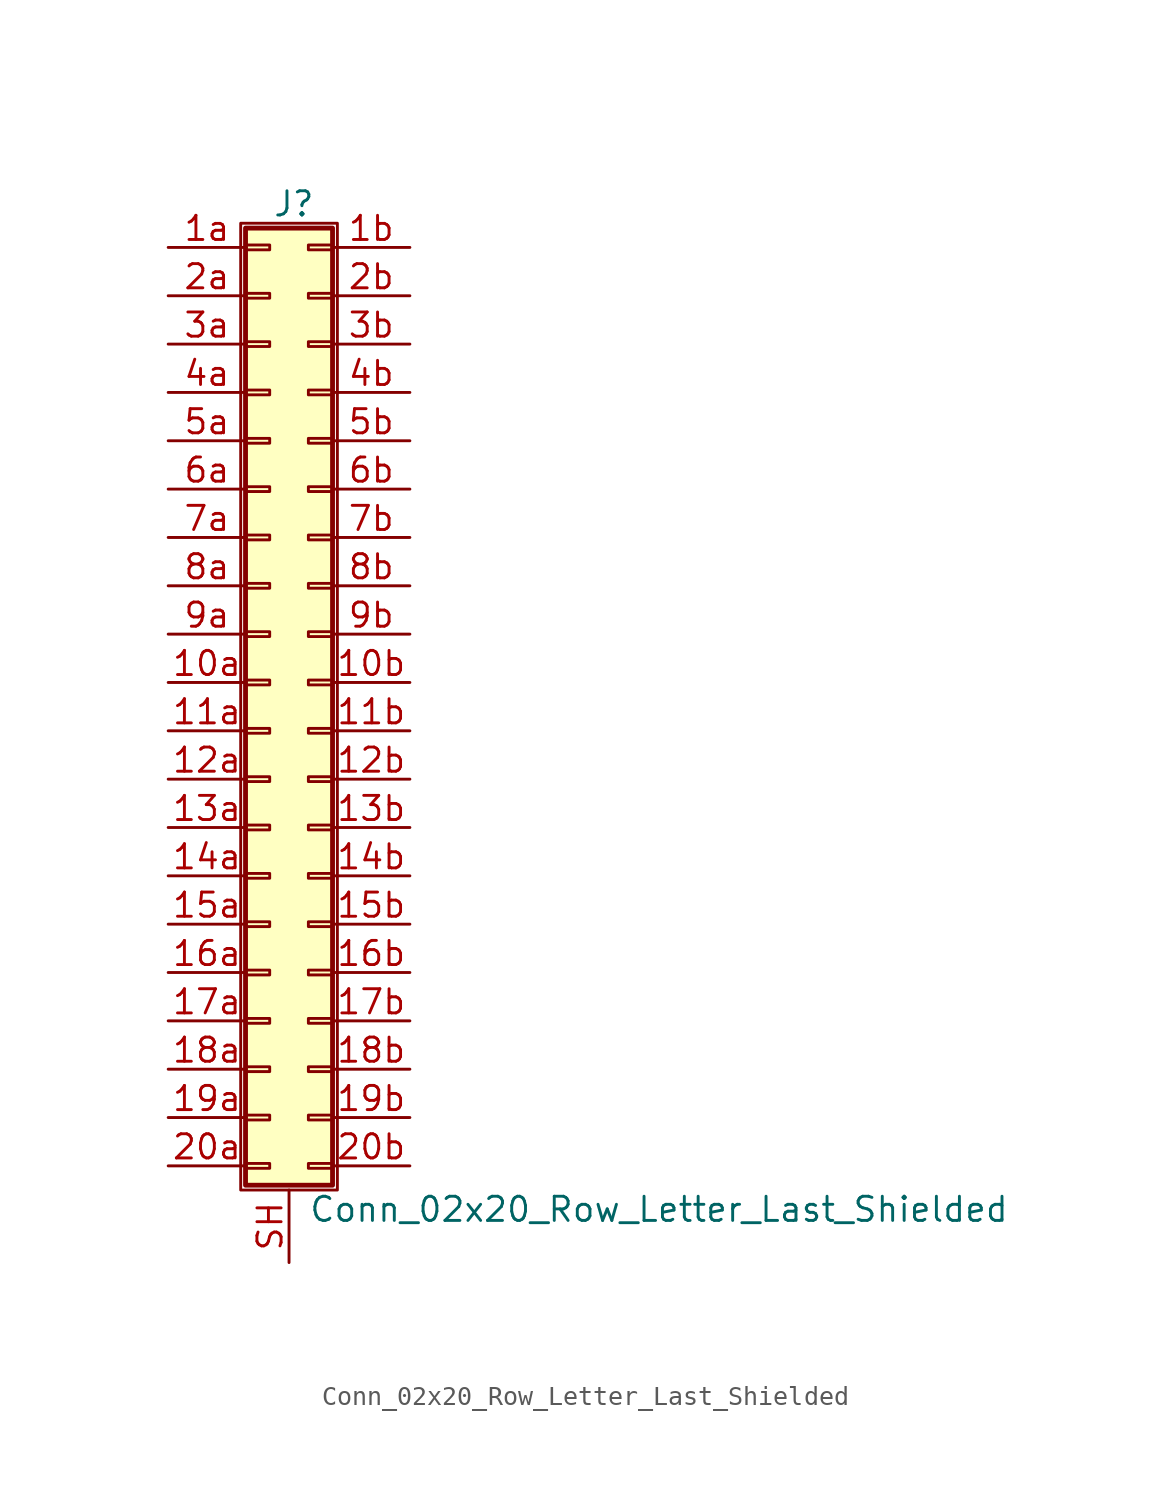
<source format=kicad_sym>
(kicad_symbol_lib
  (version 20201005)
  (generator kicad_symbol_editor)
  (symbol "Conn_02x20_Row_Letter_Last_Shielded"
    (pin_names
      (offset 1.016) hide)
    (property "Reference" "J"
      (at 1.524 25.146 0)
      (effects (font (size 1.27 1.27))))
    (property "Value" "Conn_02x20_Row_Letter_Last_Shielded"
      (at 2.286 -27.686 0)
      (effects (font (size 1.27 1.27)) (justify left)))
    (symbol "Conn_02x20_Row_Letter_Last_Shielded_1_1"
      (rectangle (start -1.27 24.13) (end 3.81 -26.67) (stroke (width 0.152)) (fill (type none)))
      (rectangle (start -1.016 -25.273) (end 0.254 -25.527) (stroke (width 0.152)) (fill (type none)))
      (rectangle (start -1.016 -22.733) (end 0.254 -22.987) (stroke (width 0.152)) (fill (type none)))
      (rectangle (start -1.016 -20.193) (end 0.254 -20.447) (stroke (width 0.152)) (fill (type none)))
      (rectangle (start -1.016 -17.653) (end 0.254 -17.907) (stroke (width 0.152)) (fill (type none)))
      (rectangle (start -1.016 -15.113) (end 0.254 -15.367) (stroke (width 0.152)) (fill (type none)))
      (rectangle (start -1.016 -12.573) (end 0.254 -12.827) (stroke (width 0.152)) (fill (type none)))
      (rectangle (start -1.016 -10.033) (end 0.254 -10.287) (stroke (width 0.152)) (fill (type none)))
      (rectangle (start -1.016 -7.493) (end 0.254 -7.747) (stroke (width 0.152)) (fill (type none)))
      (rectangle (start -1.016 -4.953) (end 0.254 -5.207) (stroke (width 0.152)) (fill (type none)))
      (rectangle (start -1.016 -2.413) (end 0.254 -2.667) (stroke (width 0.152)) (fill (type none)))
      (rectangle (start -1.016 0.127) (end 0.254 -0.127) (stroke (width 0.152)) (fill (type none)))
      (rectangle (start -1.016 2.667) (end 0.254 2.413) (stroke (width 0.152)) (fill (type none)))
      (rectangle (start -1.016 5.207) (end 0.254 4.953) (stroke (width 0.152)) (fill (type none)))
      (rectangle (start -1.016 7.747) (end 0.254 7.493) (stroke (width 0.152)) (fill (type none)))
      (rectangle (start -1.016 10.287) (end 0.254 10.033) (stroke (width 0.152)) (fill (type none)))
      (rectangle (start -1.016 12.827) (end 0.254 12.573) (stroke (width 0.152)) (fill (type none)))
      (rectangle (start -1.016 15.367) (end 0.254 15.113) (stroke (width 0.152)) (fill (type none)))
      (rectangle (start -1.016 17.907) (end 0.254 17.653) (stroke (width 0.152)) (fill (type none)))
      (rectangle (start -1.016 20.447) (end 0.254 20.193) (stroke (width 0.152)) (fill (type none)))
      (rectangle (start -1.016 22.987) (end 0.254 22.733) (stroke (width 0.152)) (fill (type none)))
      (rectangle (start 3.556 -25.273) (end 2.286 -25.527) (stroke (width 0.152)) (fill (type none)))
      (rectangle (start 3.556 -22.733) (end 2.286 -22.987) (stroke (width 0.152)) (fill (type none)))
      (rectangle (start 3.556 -20.193) (end 2.286 -20.447) (stroke (width 0.152)) (fill (type none)))
      (rectangle (start 3.556 -17.653) (end 2.286 -17.907) (stroke (width 0.152)) (fill (type none)))
      (rectangle (start 3.556 -15.113) (end 2.286 -15.367) (stroke (width 0.152)) (fill (type none)))
      (rectangle (start 3.556 -12.573) (end 2.286 -12.827) (stroke (width 0.152)) (fill (type none)))
      (rectangle (start 3.556 -10.033) (end 2.286 -10.287) (stroke (width 0.152)) (fill (type none)))
      (rectangle (start 3.556 -7.493) (end 2.286 -7.747) (stroke (width 0.152)) (fill (type none)))
      (rectangle (start 3.556 -4.953) (end 2.286 -5.207) (stroke (width 0.152)) (fill (type none)))
      (rectangle (start 3.556 -2.413) (end 2.286 -2.667) (stroke (width 0.152)) (fill (type none)))
      (rectangle (start 3.556 0.127) (end 2.286 -0.127) (stroke (width 0.152)) (fill (type none)))
      (rectangle (start 3.556 2.667) (end 2.286 2.413) (stroke (width 0.152)) (fill (type none)))
      (rectangle (start 3.556 5.207) (end 2.286 4.953) (stroke (width 0.152)) (fill (type none)))
      (rectangle (start 3.556 7.747) (end 2.286 7.493) (stroke (width 0.152)) (fill (type none)))
      (rectangle (start 3.556 10.287) (end 2.286 10.033) (stroke (width 0.152)) (fill (type none)))
      (rectangle (start 3.556 12.827) (end 2.286 12.573) (stroke (width 0.152)) (fill (type none)))
      (rectangle (start 3.556 15.367) (end 2.286 15.113) (stroke (width 0.152)) (fill (type none)))
      (rectangle (start 3.556 17.907) (end 2.286 17.653) (stroke (width 0.152)) (fill (type none)))
      (rectangle (start 3.556 20.447) (end 2.286 20.193) (stroke (width 0.152)) (fill (type none)))
      (rectangle (start 3.556 22.987) (end 2.286 22.733) (stroke (width 0.152)) (fill (type none)))
      (rectangle (start -1.016 23.876) (end 3.556 -26.416) (stroke (width 0.254)) (fill (type background)))
      (pin passive line (at -5.08 0 0) (length 4.064) (name "Pin_10a" (effects (font (size 1.27 1.27)))) (number "10a" (effects (font (size 1.27 1.27)))))
      (pin passive line (at 7.62 0 180) (length 4.064) (name "Pin_10b" (effects (font (size 1.27 1.27)))) (number "10b" (effects (font (size 1.27 1.27)))))
      (pin passive line (at -5.08 -2.54 0) (length 4.064) (name "Pin_11a" (effects (font (size 1.27 1.27)))) (number "11a" (effects (font (size 1.27 1.27)))))
      (pin passive line (at 7.62 -2.54 180) (length 4.064) (name "Pin_11b" (effects (font (size 1.27 1.27)))) (number "11b" (effects (font (size 1.27 1.27)))))
      (pin passive line (at -5.08 -5.08 0) (length 4.064) (name "Pin_12a" (effects (font (size 1.27 1.27)))) (number "12a" (effects (font (size 1.27 1.27)))))
      (pin passive line (at 7.62 -5.08 180) (length 4.064) (name "Pin_12b" (effects (font (size 1.27 1.27)))) (number "12b" (effects (font (size 1.27 1.27)))))
      (pin passive line (at -5.08 -7.62 0) (length 4.064) (name "Pin_13a" (effects (font (size 1.27 1.27)))) (number "13a" (effects (font (size 1.27 1.27)))))
      (pin passive line (at 7.62 -7.62 180) (length 4.064) (name "Pin_13b" (effects (font (size 1.27 1.27)))) (number "13b" (effects (font (size 1.27 1.27)))))
      (pin passive line (at -5.08 -10.16 0) (length 4.064) (name "Pin_14a" (effects (font (size 1.27 1.27)))) (number "14a" (effects (font (size 1.27 1.27)))))
      (pin passive line (at 7.62 -10.16 180) (length 4.064) (name "Pin_14b" (effects (font (size 1.27 1.27)))) (number "14b" (effects (font (size 1.27 1.27)))))
      (pin passive line (at -5.08 -12.7 0) (length 4.064) (name "Pin_15a" (effects (font (size 1.27 1.27)))) (number "15a" (effects (font (size 1.27 1.27)))))
      (pin passive line (at 7.62 -12.7 180) (length 4.064) (name "Pin_15b" (effects (font (size 1.27 1.27)))) (number "15b" (effects (font (size 1.27 1.27)))))
      (pin passive line (at -5.08 -15.24 0) (length 4.064) (name "Pin_16a" (effects (font (size 1.27 1.27)))) (number "16a" (effects (font (size 1.27 1.27)))))
      (pin passive line (at 7.62 -15.24 180) (length 4.064) (name "Pin_16b" (effects (font (size 1.27 1.27)))) (number "16b" (effects (font (size 1.27 1.27)))))
      (pin passive line (at -5.08 -17.78 0) (length 4.064) (name "Pin_17a" (effects (font (size 1.27 1.27)))) (number "17a" (effects (font (size 1.27 1.27)))))
      (pin passive line (at 7.62 -17.78 180) (length 4.064) (name "Pin_17b" (effects (font (size 1.27 1.27)))) (number "17b" (effects (font (size 1.27 1.27)))))
      (pin passive line (at -5.08 -20.32 0) (length 4.064) (name "Pin_18a" (effects (font (size 1.27 1.27)))) (number "18a" (effects (font (size 1.27 1.27)))))
      (pin passive line (at 7.62 -20.32 180) (length 4.064) (name "Pin_18b" (effects (font (size 1.27 1.27)))) (number "18b" (effects (font (size 1.27 1.27)))))
      (pin passive line (at -5.08 -22.86 0) (length 4.064) (name "Pin_19a" (effects (font (size 1.27 1.27)))) (number "19a" (effects (font (size 1.27 1.27)))))
      (pin passive line (at 7.62 -22.86 180) (length 4.064) (name "Pin_19b" (effects (font (size 1.27 1.27)))) (number "19b" (effects (font (size 1.27 1.27)))))
      (pin passive line (at -5.08 22.86 0) (length 4.064) (name "Pin_1a" (effects (font (size 1.27 1.27)))) (number "1a" (effects (font (size 1.27 1.27)))))
      (pin passive line (at 7.62 22.86 180) (length 4.064) (name "Pin_1b" (effects (font (size 1.27 1.27)))) (number "1b" (effects (font (size 1.27 1.27)))))
      (pin passive line (at -5.08 -25.4 0) (length 4.064) (name "Pin_20a" (effects (font (size 1.27 1.27)))) (number "20a" (effects (font (size 1.27 1.27)))))
      (pin passive line (at 7.62 -25.4 180) (length 4.064) (name "Pin_20b" (effects (font (size 1.27 1.27)))) (number "20b" (effects (font (size 1.27 1.27)))))
      (pin passive line (at -5.08 20.32 0) (length 4.064) (name "Pin_2a" (effects (font (size 1.27 1.27)))) (number "2a" (effects (font (size 1.27 1.27)))))
      (pin passive line (at 7.62 20.32 180) (length 4.064) (name "Pin_2b" (effects (font (size 1.27 1.27)))) (number "2b" (effects (font (size 1.27 1.27)))))
      (pin passive line (at -5.08 17.78 0) (length 4.064) (name "Pin_3a" (effects (font (size 1.27 1.27)))) (number "3a" (effects (font (size 1.27 1.27)))))
      (pin passive line (at 7.62 17.78 180) (length 4.064) (name "Pin_3b" (effects (font (size 1.27 1.27)))) (number "3b" (effects (font (size 1.27 1.27)))))
      (pin passive line (at -5.08 15.24 0) (length 4.064) (name "Pin_4a" (effects (font (size 1.27 1.27)))) (number "4a" (effects (font (size 1.27 1.27)))))
      (pin passive line (at 7.62 15.24 180) (length 4.064) (name "Pin_4b" (effects (font (size 1.27 1.27)))) (number "4b" (effects (font (size 1.27 1.27)))))
      (pin passive line (at -5.08 12.7 0) (length 4.064) (name "Pin_5a" (effects (font (size 1.27 1.27)))) (number "5a" (effects (font (size 1.27 1.27)))))
      (pin passive line (at 7.62 12.7 180) (length 4.064) (name "Pin_5b" (effects (font (size 1.27 1.27)))) (number "5b" (effects (font (size 1.27 1.27)))))
      (pin passive line (at -5.08 10.16 0) (length 4.064) (name "Pin_6a" (effects (font (size 1.27 1.27)))) (number "6a" (effects (font (size 1.27 1.27)))))
      (pin passive line (at 7.62 10.16 180) (length 4.064) (name "Pin_6b" (effects (font (size 1.27 1.27)))) (number "6b" (effects (font (size 1.27 1.27)))))
      (pin passive line (at -5.08 7.62 0) (length 4.064) (name "Pin_7a" (effects (font (size 1.27 1.27)))) (number "7a" (effects (font (size 1.27 1.27)))))
      (pin passive line (at 7.62 7.62 180) (length 4.064) (name "Pin_7b" (effects (font (size 1.27 1.27)))) (number "7b" (effects (font (size 1.27 1.27)))))
      (pin passive line (at -5.08 5.08 0) (length 4.064) (name "Pin_8a" (effects (font (size 1.27 1.27)))) (number "8a" (effects (font (size 1.27 1.27)))))
      (pin passive line (at 7.62 5.08 180) (length 4.064) (name "Pin_8b" (effects (font (size 1.27 1.27)))) (number "8b" (effects (font (size 1.27 1.27)))))
      (pin passive line (at -5.08 2.54 0) (length 4.064) (name "Pin_9a" (effects (font (size 1.27 1.27)))) (number "9a" (effects (font (size 1.27 1.27)))))
      (pin passive line (at 7.62 2.54 180) (length 4.064) (name "Pin_9b" (effects (font (size 1.27 1.27)))) (number "9b" (effects (font (size 1.27 1.27)))))
      (pin passive line (at 1.27 -30.48 90) (length 3.81) (name "Shield" (effects (font (size 1.27 1.27)))) (number "SH" (effects (font (size 1.27 1.27))))))))
</source>
